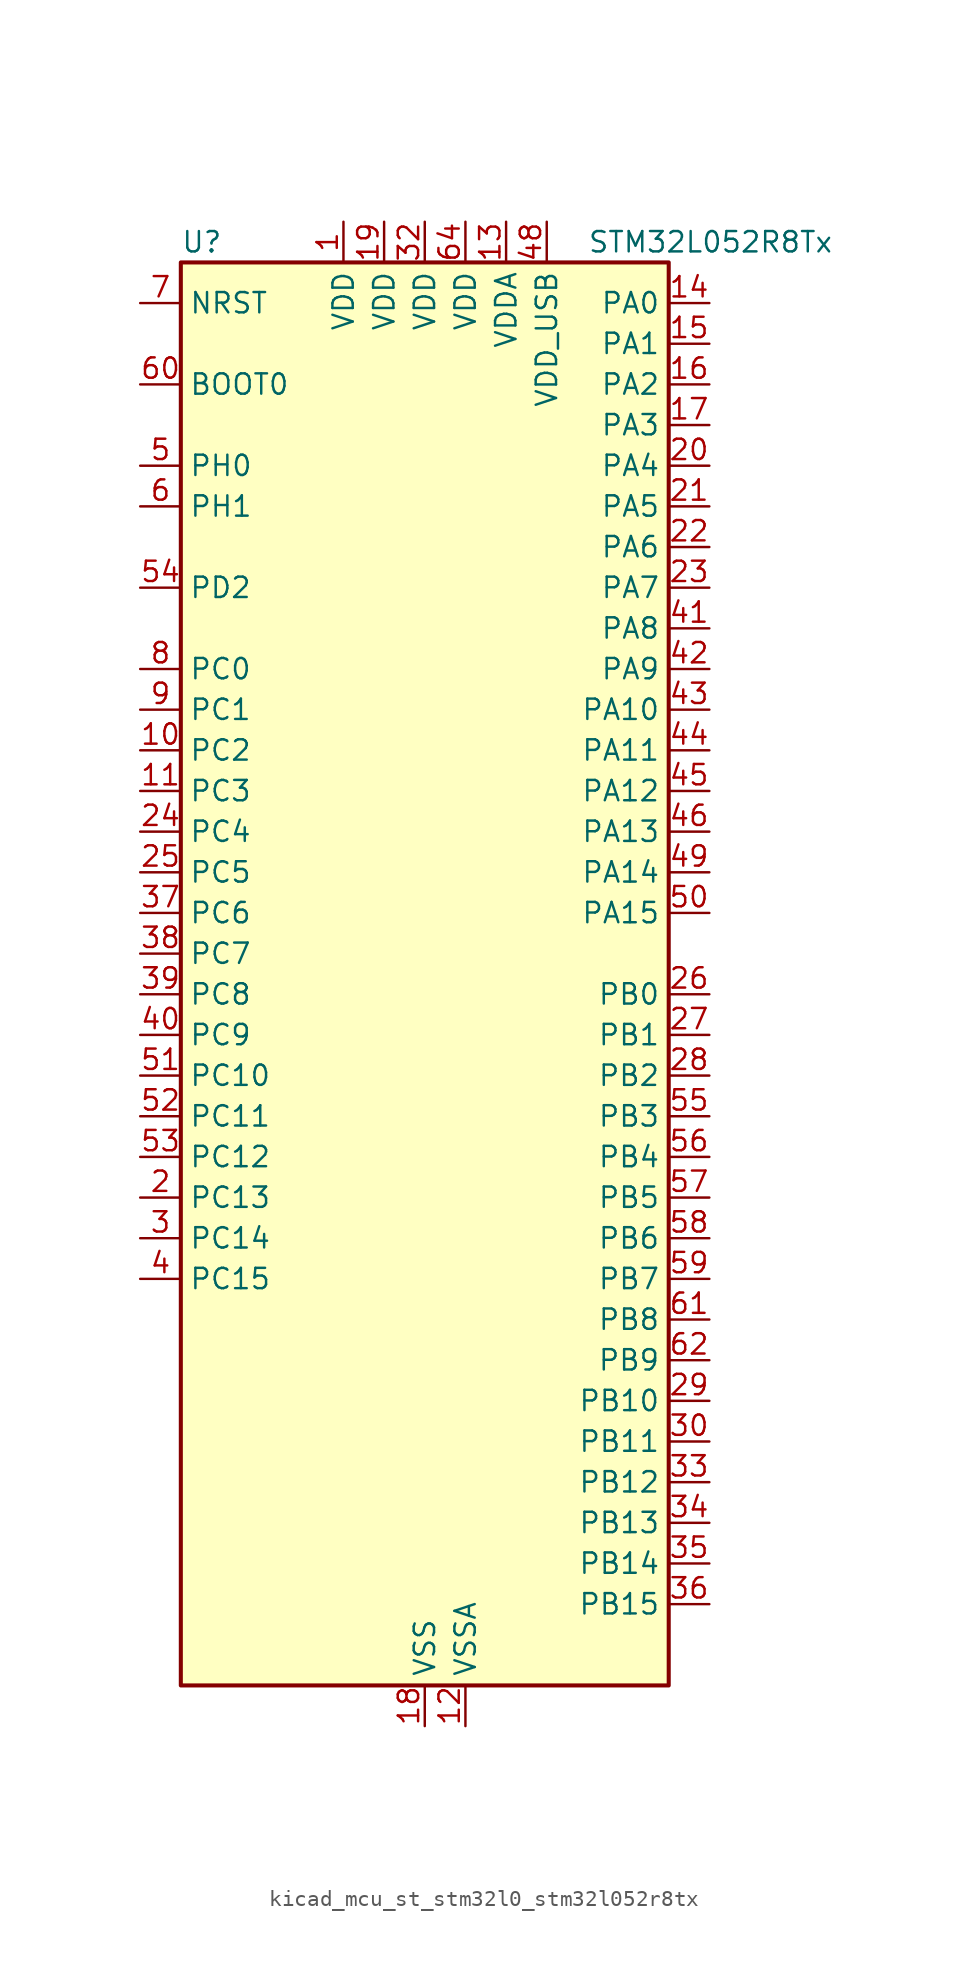
<source format=kicad_sym>
(kicad_symbol_lib
  (version 20220914)
  (generator kicad_symbol_editor)
  (symbol "kicad_mcu_st_stm32l0_stm32l052r8tx"
    (property "Reference" "U"
      (at -15.24 46.99 0)
      (effects (font (size 1.27 1.27)) (justify left)))
    (property "Value" "STM32L052R8Tx"
      (at 10.16 46.99 0)
      (effects (font (size 1.27 1.27)) (justify left)))
    (property "ki_locked" ""
      (at 0 0 0)
      (effects (font (size 1.27 1.27))))
    (symbol "kicad_mcu_st_stm32l0_stm32l052r8tx_0_1"
      (rectangle (start -15.24 -43.18) (end 15.24 45.72) (stroke (width 0.254) (type default)) (fill (type background))))
    (symbol "kicad_mcu_st_stm32l0_stm32l052r8tx_1_1"
      (pin power_in line (at -5.08 48.26 270) (length 2.54) (name "VDD" (effects (font (size 1.27 1.27)))) (number "1" (effects (font (size 1.27 1.27)))))
      (pin bidirectional line (at -17.78 15.24 0) (length 2.54) (name "PC2" (effects (font (size 1.27 1.27)))) (number "10" (effects (font (size 1.27 1.27)))) (alternate "ADC_IN12" bidirectional line) (alternate "I2S2_MCK" bidirectional line) (alternate "LPTIM1_IN2" bidirectional line) (alternate "SPI2_MISO" bidirectional line) (alternate "TSC_G7_IO3" bidirectional line))
      (pin bidirectional line (at -17.78 12.7 0) (length 2.54) (name "PC3" (effects (font (size 1.27 1.27)))) (number "11" (effects (font (size 1.27 1.27)))) (alternate "ADC_IN13" bidirectional line) (alternate "I2S2_SD" bidirectional line) (alternate "LPTIM1_ETR" bidirectional line) (alternate "SPI2_MOSI" bidirectional line) (alternate "TSC_G7_IO4" bidirectional line))
      (pin power_in line (at 2.54 -45.72 90) (length 2.54) (name "VSSA" (effects (font (size 1.27 1.27)))) (number "12" (effects (font (size 1.27 1.27)))))
      (pin power_in line (at 5.08 48.26 270) (length 2.54) (name "VDDA" (effects (font (size 1.27 1.27)))) (number "13" (effects (font (size 1.27 1.27)))))
      (pin bidirectional line (at 17.78 43.18 180) (length 2.54) (name "PA0" (effects (font (size 1.27 1.27)))) (number "14" (effects (font (size 1.27 1.27)))) (alternate "ADC_IN0" bidirectional line) (alternate "COMP1_INM" bidirectional line) (alternate "COMP1_OUT" bidirectional line) (alternate "RTC_TAMP2" bidirectional line) (alternate "SYS_WKUP1" bidirectional line) (alternate "TIM2_CH1" bidirectional line) (alternate "TIM2_ETR" bidirectional line) (alternate "TSC_G1_IO1" bidirectional line) (alternate "USART2_CTS" bidirectional line))
      (pin bidirectional line (at 17.78 40.64 180) (length 2.54) (name "PA1" (effects (font (size 1.27 1.27)))) (number "15" (effects (font (size 1.27 1.27)))) (alternate "ADC_IN1" bidirectional line) (alternate "COMP1_INP" bidirectional line) (alternate "TIM21_ETR" bidirectional line) (alternate "TIM2_CH2" bidirectional line) (alternate "TSC_G1_IO2" bidirectional line) (alternate "USART2_DE" bidirectional line) (alternate "USART2_RTS" bidirectional line))
      (pin bidirectional line (at 17.78 38.1 180) (length 2.54) (name "PA2" (effects (font (size 1.27 1.27)))) (number "16" (effects (font (size 1.27 1.27)))) (alternate "ADC_IN2" bidirectional line) (alternate "COMP2_INM" bidirectional line) (alternate "COMP2_OUT" bidirectional line) (alternate "TIM21_CH1" bidirectional line) (alternate "TIM2_CH3" bidirectional line) (alternate "TSC_G1_IO3" bidirectional line) (alternate "USART2_TX" bidirectional line))
      (pin bidirectional line (at 17.78 35.56 180) (length 2.54) (name "PA3" (effects (font (size 1.27 1.27)))) (number "17" (effects (font (size 1.27 1.27)))) (alternate "ADC_IN3" bidirectional line) (alternate "COMP2_INP" bidirectional line) (alternate "TIM21_CH2" bidirectional line) (alternate "TIM2_CH4" bidirectional line) (alternate "TSC_G1_IO4" bidirectional line) (alternate "USART2_RX" bidirectional line))
      (pin power_in line (at 0 -45.72 90) (length 2.54) (name "VSS" (effects (font (size 1.27 1.27)))) (number "18" (effects (font (size 1.27 1.27)))))
      (pin power_in line (at -2.54 48.26 270) (length 2.54) (name "VDD" (effects (font (size 1.27 1.27)))) (number "19" (effects (font (size 1.27 1.27)))))
      (pin bidirectional line (at -17.78 -12.7 0) (length 2.54) (name "PC13" (effects (font (size 1.27 1.27)))) (number "2" (effects (font (size 1.27 1.27)))) (alternate "RTC_OUT_ALARM" bidirectional line) (alternate "RTC_OUT_CALIB" bidirectional line) (alternate "RTC_TAMP1" bidirectional line) (alternate "RTC_TS" bidirectional line) (alternate "SYS_WKUP2" bidirectional line))
      (pin bidirectional line (at 17.78 33.02 180) (length 2.54) (name "PA4" (effects (font (size 1.27 1.27)))) (number "20" (effects (font (size 1.27 1.27)))) (alternate "ADC_IN4" bidirectional line) (alternate "COMP1_INM" bidirectional line) (alternate "COMP2_INM" bidirectional line) (alternate "DAC_OUT1" bidirectional line) (alternate "SPI1_NSS" bidirectional line) (alternate "TIM22_ETR" bidirectional line) (alternate "TSC_G2_IO1" bidirectional line) (alternate "USART2_CK" bidirectional line))
      (pin bidirectional line (at 17.78 30.48 180) (length 2.54) (name "PA5" (effects (font (size 1.27 1.27)))) (number "21" (effects (font (size 1.27 1.27)))) (alternate "ADC_IN5" bidirectional line) (alternate "COMP1_INM" bidirectional line) (alternate "COMP2_INM" bidirectional line) (alternate "SPI1_SCK" bidirectional line) (alternate "TIM2_CH1" bidirectional line) (alternate "TIM2_ETR" bidirectional line) (alternate "TSC_G2_IO2" bidirectional line))
      (pin bidirectional line (at 17.78 27.94 180) (length 2.54) (name "PA6" (effects (font (size 1.27 1.27)))) (number "22" (effects (font (size 1.27 1.27)))) (alternate "ADC_IN6" bidirectional line) (alternate "COMP1_OUT" bidirectional line) (alternate "LPUART1_CTS" bidirectional line) (alternate "SPI1_MISO" bidirectional line) (alternate "TIM22_CH1" bidirectional line) (alternate "TSC_G2_IO3" bidirectional line))
      (pin bidirectional line (at 17.78 25.4 180) (length 2.54) (name "PA7" (effects (font (size 1.27 1.27)))) (number "23" (effects (font (size 1.27 1.27)))) (alternate "ADC_IN7" bidirectional line) (alternate "COMP2_OUT" bidirectional line) (alternate "SPI1_MOSI" bidirectional line) (alternate "TIM22_CH2" bidirectional line) (alternate "TSC_G2_IO4" bidirectional line))
      (pin bidirectional line (at -17.78 10.16 0) (length 2.54) (name "PC4" (effects (font (size 1.27 1.27)))) (number "24" (effects (font (size 1.27 1.27)))) (alternate "ADC_IN14" bidirectional line) (alternate "LPUART1_TX" bidirectional line))
      (pin bidirectional line (at -17.78 7.62 0) (length 2.54) (name "PC5" (effects (font (size 1.27 1.27)))) (number "25" (effects (font (size 1.27 1.27)))) (alternate "ADC_IN15" bidirectional line) (alternate "LPUART1_RX" bidirectional line) (alternate "TSC_G3_IO1" bidirectional line))
      (pin bidirectional line (at 17.78 0 180) (length 2.54) (name "PB0" (effects (font (size 1.27 1.27)))) (number "26" (effects (font (size 1.27 1.27)))) (alternate "ADC_IN8" bidirectional line) (alternate "SYS_VREF_OUT_PB0" bidirectional line) (alternate "TSC_G3_IO2" bidirectional line))
      (pin bidirectional line (at 17.78 -2.54 180) (length 2.54) (name "PB1" (effects (font (size 1.27 1.27)))) (number "27" (effects (font (size 1.27 1.27)))) (alternate "ADC_IN9" bidirectional line) (alternate "LPUART1_DE" bidirectional line) (alternate "LPUART1_RTS" bidirectional line) (alternate "SYS_VREF_OUT_PB1" bidirectional line) (alternate "TSC_G3_IO3" bidirectional line))
      (pin bidirectional line (at 17.78 -5.08 180) (length 2.54) (name "PB2" (effects (font (size 1.27 1.27)))) (number "28" (effects (font (size 1.27 1.27)))) (alternate "LPTIM1_OUT" bidirectional line) (alternate "TSC_G3_IO4" bidirectional line))
      (pin bidirectional line (at 17.78 -25.4 180) (length 2.54) (name "PB10" (effects (font (size 1.27 1.27)))) (number "29" (effects (font (size 1.27 1.27)))) (alternate "I2C2_SCL" bidirectional line) (alternate "LPUART1_TX" bidirectional line) (alternate "SPI2_SCK" bidirectional line) (alternate "TIM2_CH3" bidirectional line) (alternate "TSC_SYNC" bidirectional line))
      (pin bidirectional line (at -17.78 -15.24 0) (length 2.54) (name "PC14" (effects (font (size 1.27 1.27)))) (number "3" (effects (font (size 1.27 1.27)))) (alternate "RCC_OSC32_IN" bidirectional line))
      (pin bidirectional line (at 17.78 -27.94 180) (length 2.54) (name "PB11" (effects (font (size 1.27 1.27)))) (number "30" (effects (font (size 1.27 1.27)))) (alternate "ADC_EXTI11" bidirectional line) (alternate "I2C2_SDA" bidirectional line) (alternate "LPUART1_RX" bidirectional line) (alternate "TIM2_CH4" bidirectional line) (alternate "TSC_G6_IO1" bidirectional line))
      (pin passive line (at 0 -45.72 90) (length 2.54) hide (name "VSS" (effects (font (size 1.27 1.27)))) (number "31" (effects (font (size 1.27 1.27)))))
      (pin power_in line (at 0 48.26 270) (length 2.54) (name "VDD" (effects (font (size 1.27 1.27)))) (number "32" (effects (font (size 1.27 1.27)))))
      (pin bidirectional line (at 17.78 -30.48 180) (length 2.54) (name "PB12" (effects (font (size 1.27 1.27)))) (number "33" (effects (font (size 1.27 1.27)))) (alternate "I2S2_WS" bidirectional line) (alternate "LPUART1_DE" bidirectional line) (alternate "LPUART1_RTS" bidirectional line) (alternate "SPI2_NSS" bidirectional line) (alternate "TSC_G6_IO2" bidirectional line))
      (pin bidirectional line (at 17.78 -33.02 180) (length 2.54) (name "PB13" (effects (font (size 1.27 1.27)))) (number "34" (effects (font (size 1.27 1.27)))) (alternate "I2C2_SCL" bidirectional line) (alternate "I2S2_CK" bidirectional line) (alternate "LPUART1_CTS" bidirectional line) (alternate "SPI2_SCK" bidirectional line) (alternate "TIM21_CH1" bidirectional line) (alternate "TSC_G6_IO3" bidirectional line))
      (pin bidirectional line (at 17.78 -35.56 180) (length 2.54) (name "PB14" (effects (font (size 1.27 1.27)))) (number "35" (effects (font (size 1.27 1.27)))) (alternate "I2C2_SDA" bidirectional line) (alternate "I2S2_MCK" bidirectional line) (alternate "LPUART1_DE" bidirectional line) (alternate "LPUART1_RTS" bidirectional line) (alternate "RTC_OUT_ALARM" bidirectional line) (alternate "RTC_OUT_CALIB" bidirectional line) (alternate "SPI2_MISO" bidirectional line) (alternate "TIM21_CH2" bidirectional line) (alternate "TSC_G6_IO4" bidirectional line))
      (pin bidirectional line (at 17.78 -38.1 180) (length 2.54) (name "PB15" (effects (font (size 1.27 1.27)))) (number "36" (effects (font (size 1.27 1.27)))) (alternate "I2S2_SD" bidirectional line) (alternate "RTC_REFIN" bidirectional line) (alternate "SPI2_MOSI" bidirectional line))
      (pin bidirectional line (at -17.78 5.08 0) (length 2.54) (name "PC6" (effects (font (size 1.27 1.27)))) (number "37" (effects (font (size 1.27 1.27)))) (alternate "TIM22_CH1" bidirectional line) (alternate "TSC_G8_IO1" bidirectional line))
      (pin bidirectional line (at -17.78 2.54 0) (length 2.54) (name "PC7" (effects (font (size 1.27 1.27)))) (number "38" (effects (font (size 1.27 1.27)))) (alternate "TIM22_CH2" bidirectional line) (alternate "TSC_G8_IO2" bidirectional line))
      (pin bidirectional line (at -17.78 0 0) (length 2.54) (name "PC8" (effects (font (size 1.27 1.27)))) (number "39" (effects (font (size 1.27 1.27)))) (alternate "TIM22_ETR" bidirectional line) (alternate "TSC_G8_IO3" bidirectional line))
      (pin bidirectional line (at -17.78 -17.78 0) (length 2.54) (name "PC15" (effects (font (size 1.27 1.27)))) (number "4" (effects (font (size 1.27 1.27)))) (alternate "RCC_OSC32_OUT" bidirectional line))
      (pin bidirectional line (at -17.78 -2.54 0) (length 2.54) (name "PC9" (effects (font (size 1.27 1.27)))) (number "40" (effects (font (size 1.27 1.27)))) (alternate "DAC_EXTI9" bidirectional line) (alternate "TIM21_ETR" bidirectional line) (alternate "TSC_G8_IO4" bidirectional line) (alternate "USB_NOE" bidirectional line))
      (pin bidirectional line (at 17.78 22.86 180) (length 2.54) (name "PA8" (effects (font (size 1.27 1.27)))) (number "41" (effects (font (size 1.27 1.27)))) (alternate "CRS_SYNC" bidirectional line) (alternate "RCC_MCO" bidirectional line) (alternate "USART1_CK" bidirectional line))
      (pin bidirectional line (at 17.78 20.32 180) (length 2.54) (name "PA9" (effects (font (size 1.27 1.27)))) (number "42" (effects (font (size 1.27 1.27)))) (alternate "DAC_EXTI9" bidirectional line) (alternate "RCC_MCO" bidirectional line) (alternate "TSC_G4_IO1" bidirectional line) (alternate "USART1_TX" bidirectional line))
      (pin bidirectional line (at 17.78 17.78 180) (length 2.54) (name "PA10" (effects (font (size 1.27 1.27)))) (number "43" (effects (font (size 1.27 1.27)))) (alternate "TSC_G4_IO2" bidirectional line) (alternate "USART1_RX" bidirectional line))
      (pin bidirectional line (at 17.78 15.24 180) (length 2.54) (name "PA11" (effects (font (size 1.27 1.27)))) (number "44" (effects (font (size 1.27 1.27)))) (alternate "ADC_EXTI11" bidirectional line) (alternate "COMP1_OUT" bidirectional line) (alternate "SPI1_MISO" bidirectional line) (alternate "TSC_G4_IO3" bidirectional line) (alternate "USART1_CTS" bidirectional line) (alternate "USB_DM" bidirectional line))
      (pin bidirectional line (at 17.78 12.7 180) (length 2.54) (name "PA12" (effects (font (size 1.27 1.27)))) (number "45" (effects (font (size 1.27 1.27)))) (alternate "COMP2_OUT" bidirectional line) (alternate "SPI1_MOSI" bidirectional line) (alternate "TSC_G4_IO4" bidirectional line) (alternate "USART1_DE" bidirectional line) (alternate "USART1_RTS" bidirectional line) (alternate "USB_DP" bidirectional line))
      (pin bidirectional line (at 17.78 10.16 180) (length 2.54) (name "PA13" (effects (font (size 1.27 1.27)))) (number "46" (effects (font (size 1.27 1.27)))) (alternate "SYS_SWDIO" bidirectional line) (alternate "USB_NOE" bidirectional line))
      (pin passive line (at 0 -45.72 90) (length 2.54) hide (name "VSS" (effects (font (size 1.27 1.27)))) (number "47" (effects (font (size 1.27 1.27)))))
      (pin power_in line (at 7.62 48.26 270) (length 2.54) (name "VDD_USB" (effects (font (size 1.27 1.27)))) (number "48" (effects (font (size 1.27 1.27)))))
      (pin bidirectional line (at 17.78 7.62 180) (length 2.54) (name "PA14" (effects (font (size 1.27 1.27)))) (number "49" (effects (font (size 1.27 1.27)))) (alternate "SYS_SWCLK" bidirectional line) (alternate "USART2_TX" bidirectional line))
      (pin bidirectional line (at -17.78 33.02 0) (length 2.54) (name "PH0" (effects (font (size 1.27 1.27)))) (number "5" (effects (font (size 1.27 1.27)))) (alternate "CRS_SYNC" bidirectional line) (alternate "RCC_OSC_IN" bidirectional line))
      (pin bidirectional line (at 17.78 5.08 180) (length 2.54) (name "PA15" (effects (font (size 1.27 1.27)))) (number "50" (effects (font (size 1.27 1.27)))) (alternate "SPI1_NSS" bidirectional line) (alternate "TIM2_CH1" bidirectional line) (alternate "TIM2_ETR" bidirectional line) (alternate "USART2_RX" bidirectional line))
      (pin bidirectional line (at -17.78 -5.08 0) (length 2.54) (name "PC10" (effects (font (size 1.27 1.27)))) (number "51" (effects (font (size 1.27 1.27)))) (alternate "LPUART1_TX" bidirectional line))
      (pin bidirectional line (at -17.78 -7.62 0) (length 2.54) (name "PC11" (effects (font (size 1.27 1.27)))) (number "52" (effects (font (size 1.27 1.27)))) (alternate "ADC_EXTI11" bidirectional line) (alternate "LPUART1_RX" bidirectional line))
      (pin bidirectional line (at -17.78 -10.16 0) (length 2.54) (name "PC12" (effects (font (size 1.27 1.27)))) (number "53" (effects (font (size 1.27 1.27)))))
      (pin bidirectional line (at -17.78 25.4 0) (length 2.54) (name "PD2" (effects (font (size 1.27 1.27)))) (number "54" (effects (font (size 1.27 1.27)))) (alternate "LPUART1_DE" bidirectional line) (alternate "LPUART1_RTS" bidirectional line))
      (pin bidirectional line (at 17.78 -7.62 180) (length 2.54) (name "PB3" (effects (font (size 1.27 1.27)))) (number "55" (effects (font (size 1.27 1.27)))) (alternate "COMP2_INM" bidirectional line) (alternate "SPI1_SCK" bidirectional line) (alternate "TIM2_CH2" bidirectional line) (alternate "TSC_G5_IO1" bidirectional line))
      (pin bidirectional line (at 17.78 -10.16 180) (length 2.54) (name "PB4" (effects (font (size 1.27 1.27)))) (number "56" (effects (font (size 1.27 1.27)))) (alternate "COMP2_INP" bidirectional line) (alternate "SPI1_MISO" bidirectional line) (alternate "TIM22_CH1" bidirectional line) (alternate "TSC_G5_IO2" bidirectional line))
      (pin bidirectional line (at 17.78 -12.7 180) (length 2.54) (name "PB5" (effects (font (size 1.27 1.27)))) (number "57" (effects (font (size 1.27 1.27)))) (alternate "COMP2_INP" bidirectional line) (alternate "I2C1_SMBA" bidirectional line) (alternate "LPTIM1_IN1" bidirectional line) (alternate "SPI1_MOSI" bidirectional line) (alternate "TIM22_CH2" bidirectional line))
      (pin bidirectional line (at 17.78 -15.24 180) (length 2.54) (name "PB6" (effects (font (size 1.27 1.27)))) (number "58" (effects (font (size 1.27 1.27)))) (alternate "COMP2_INP" bidirectional line) (alternate "I2C1_SCL" bidirectional line) (alternate "LPTIM1_ETR" bidirectional line) (alternate "TSC_G5_IO3" bidirectional line) (alternate "USART1_TX" bidirectional line))
      (pin bidirectional line (at 17.78 -17.78 180) (length 2.54) (name "PB7" (effects (font (size 1.27 1.27)))) (number "59" (effects (font (size 1.27 1.27)))) (alternate "COMP2_INP" bidirectional line) (alternate "I2C1_SDA" bidirectional line) (alternate "LPTIM1_IN2" bidirectional line) (alternate "SYS_PVD_IN" bidirectional line) (alternate "TSC_G5_IO4" bidirectional line) (alternate "USART1_RX" bidirectional line))
      (pin bidirectional line (at -17.78 30.48 0) (length 2.54) (name "PH1" (effects (font (size 1.27 1.27)))) (number "6" (effects (font (size 1.27 1.27)))) (alternate "RCC_OSC_OUT" bidirectional line))
      (pin input line (at -17.78 38.1 0) (length 2.54) (name "BOOT0" (effects (font (size 1.27 1.27)))) (number "60" (effects (font (size 1.27 1.27)))))
      (pin bidirectional line (at 17.78 -20.32 180) (length 2.54) (name "PB8" (effects (font (size 1.27 1.27)))) (number "61" (effects (font (size 1.27 1.27)))) (alternate "I2C1_SCL" bidirectional line) (alternate "TSC_SYNC" bidirectional line))
      (pin bidirectional line (at 17.78 -22.86 180) (length 2.54) (name "PB9" (effects (font (size 1.27 1.27)))) (number "62" (effects (font (size 1.27 1.27)))) (alternate "DAC_EXTI9" bidirectional line) (alternate "I2C1_SDA" bidirectional line) (alternate "I2S2_WS" bidirectional line) (alternate "SPI2_NSS" bidirectional line))
      (pin passive line (at 0 -45.72 90) (length 2.54) hide (name "VSS" (effects (font (size 1.27 1.27)))) (number "63" (effects (font (size 1.27 1.27)))))
      (pin power_in line (at 2.54 48.26 270) (length 2.54) (name "VDD" (effects (font (size 1.27 1.27)))) (number "64" (effects (font (size 1.27 1.27)))))
      (pin input line (at -17.78 43.18 0) (length 2.54) (name "NRST" (effects (font (size 1.27 1.27)))) (number "7" (effects (font (size 1.27 1.27)))))
      (pin bidirectional line (at -17.78 20.32 0) (length 2.54) (name "PC0" (effects (font (size 1.27 1.27)))) (number "8" (effects (font (size 1.27 1.27)))) (alternate "ADC_IN10" bidirectional line) (alternate "LPTIM1_IN1" bidirectional line) (alternate "TSC_G7_IO1" bidirectional line))
      (pin bidirectional line (at -17.78 17.78 0) (length 2.54) (name "PC1" (effects (font (size 1.27 1.27)))) (number "9" (effects (font (size 1.27 1.27)))) (alternate "ADC_IN11" bidirectional line) (alternate "LPTIM1_OUT" bidirectional line) (alternate "TSC_G7_IO2" bidirectional line)))))
</source>
